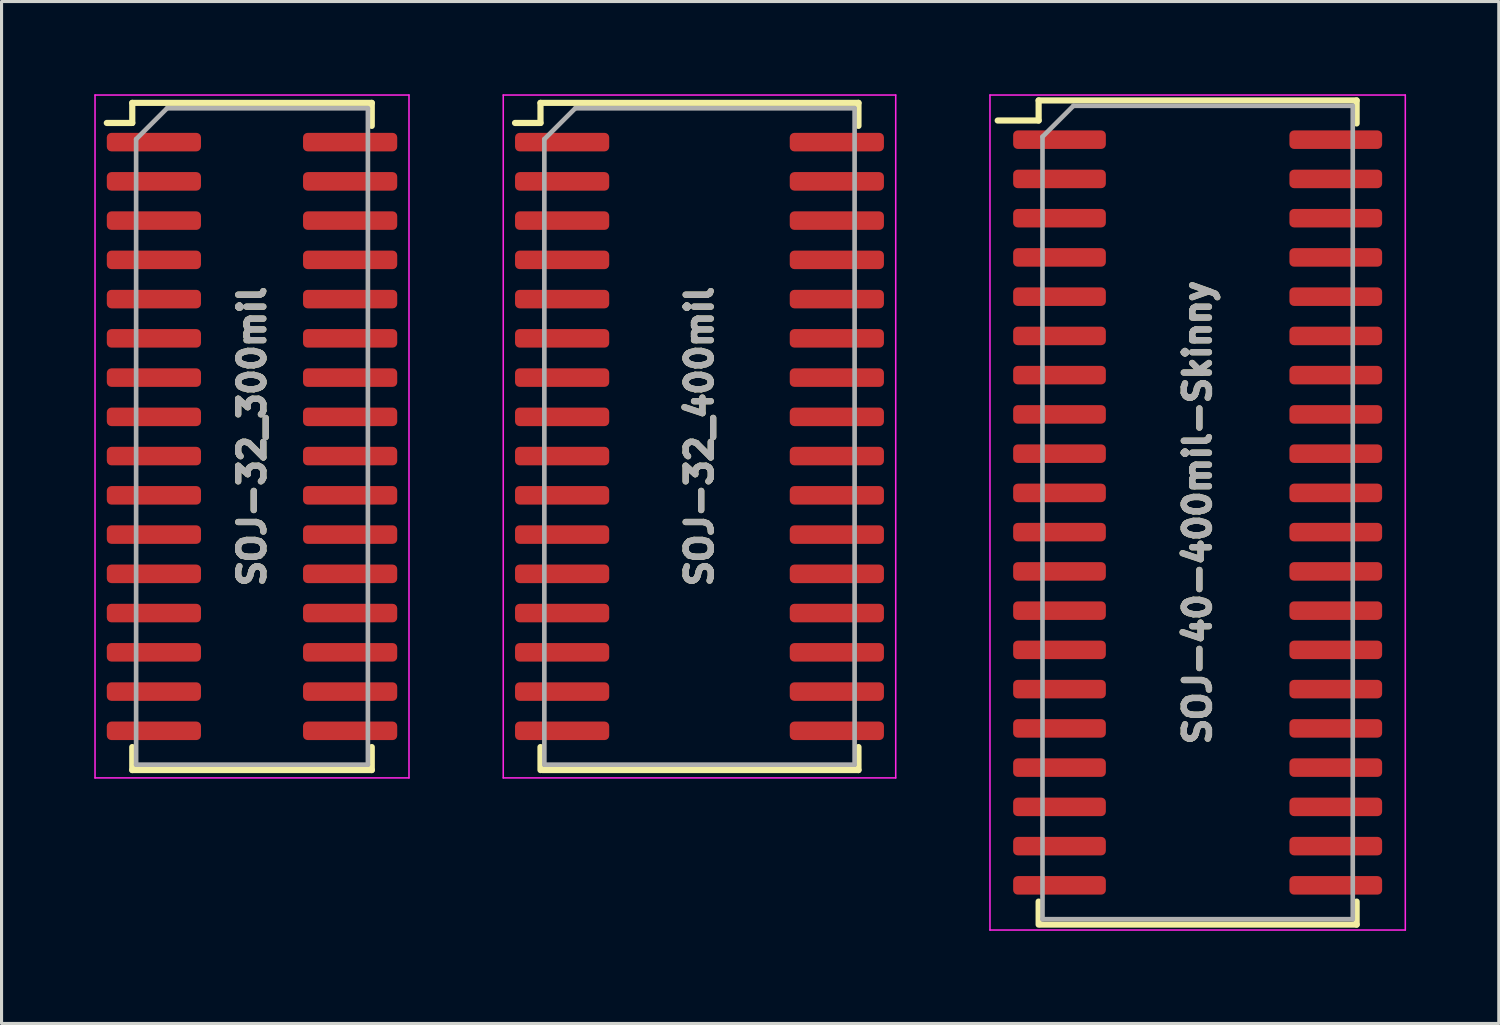
<source format=kicad_pcb>
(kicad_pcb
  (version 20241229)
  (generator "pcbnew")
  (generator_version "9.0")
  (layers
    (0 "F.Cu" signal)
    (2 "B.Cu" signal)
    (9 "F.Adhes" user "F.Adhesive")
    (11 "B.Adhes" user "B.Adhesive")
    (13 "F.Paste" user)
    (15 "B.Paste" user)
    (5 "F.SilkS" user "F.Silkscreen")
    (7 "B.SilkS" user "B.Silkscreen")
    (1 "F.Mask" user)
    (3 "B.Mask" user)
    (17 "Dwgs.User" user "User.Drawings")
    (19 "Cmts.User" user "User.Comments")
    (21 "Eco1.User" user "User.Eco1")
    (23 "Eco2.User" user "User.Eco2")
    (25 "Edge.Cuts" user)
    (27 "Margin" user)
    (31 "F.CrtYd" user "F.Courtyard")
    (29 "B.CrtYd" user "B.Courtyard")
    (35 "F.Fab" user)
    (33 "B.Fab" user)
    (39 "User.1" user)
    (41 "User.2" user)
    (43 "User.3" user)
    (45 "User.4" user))
  (footprint "SOJ-32_300mil"
    (layer "F.Cu")
    (at 5.105 11.074)
    (property "Reference" "SOJ-32_300mil" (at 0 0 90) (layer "F.Fab") (effects (font (size 0.813 0.813) (thickness 0.203))))
    (attr smd)
    (fp_line (start -3.875 -10.795) (end -3.875 -10.145) (stroke (width 0.2) (type solid)) (layer "F.SilkS"))
    (fp_line (start -3.875 -10.795) (end 3.875 -10.795) (stroke (width 0.2) (type solid)) (layer "F.SilkS"))
    (fp_line (start -3.875 -10.145) (end -4.699 -10.145) (stroke (width 0.2) (type solid)) (layer "F.SilkS"))
    (fp_line (start -3.875 10.795) (end -3.875 10.05) (stroke (width 0.2) (type solid)) (layer "F.SilkS"))
    (fp_line (start -3.875 10.795) (end 3.875 10.795) (stroke (width 0.2) (type solid)) (layer "F.SilkS"))
    (fp_line (start 3.875 -10.795) (end 3.875 -10.05) (stroke (width 0.2) (type solid)) (layer "F.SilkS"))
    (fp_line (start 3.875 10.795) (end 3.875 10.05) (stroke (width 0.2) (type solid)) (layer "F.SilkS"))
    (fp_line (start -5.08 -11.049) (end -5.08 11.049) (stroke (width 0.05) (type solid)) (layer "F.CrtYd"))
    (fp_line (start -5.08 -11.049) (end 5.08 -11.049) (stroke (width 0.05) (type solid)) (layer "F.CrtYd"))
    (fp_line (start -5.08 11.049) (end 5.08 11.049) (stroke (width 0.05) (type solid)) (layer "F.CrtYd"))
    (fp_line (start 5.08 -11.049) (end 5.08 11.049) (stroke (width 0.05) (type solid)) (layer "F.CrtYd"))
    (fp_line (start -3.75 -9.62) (end -3.75 10.62) (stroke (width 0.15) (type solid)) (layer "F.Fab"))
    (fp_line (start -3.75 -9.62) (end -2.75 -10.62) (stroke (width 0.15) (type solid)) (layer "F.Fab"))
    (fp_line (start -2.75 -10.62) (end 3.75 -10.62) (stroke (width 0.15) (type solid)) (layer "F.Fab"))
    (fp_line (start 3.75 -10.62) (end 3.75 10.62) (stroke (width 0.15) (type solid)) (layer "F.Fab"))
    (fp_line (start 3.75 10.62) (end -3.75 10.62) (stroke (width 0.15) (type solid)) (layer "F.Fab"))
    (fp_text user "${REFERENCE}" (at 0 0 90) (layer "F.SilkS") (effects (font (size 0.813 0.813) (thickness 0.203))))
    (pad "1" smd roundrect (at -3.175 -9.525) (size 3.048 0.6) (layers "F.Cu" "F.Mask" "F.Paste") (roundrect_rratio 0.25))
    (pad "2" smd roundrect (at -3.175 -8.255) (size 3.048 0.6) (layers "F.Cu" "F.Mask" "F.Paste") (roundrect_rratio 0.25))
    (pad "3" smd roundrect (at -3.175 -6.985) (size 3.048 0.6) (layers "F.Cu" "F.Mask" "F.Paste") (roundrect_rratio 0.25))
    (pad "4" smd roundrect (at -3.175 -5.715) (size 3.048 0.6) (layers "F.Cu" "F.Mask" "F.Paste") (roundrect_rratio 0.25))
    (pad "5" smd roundrect (at -3.175 -4.445) (size 3.048 0.6) (layers "F.Cu" "F.Mask" "F.Paste") (roundrect_rratio 0.25))
    (pad "6" smd roundrect (at -3.175 -3.175) (size 3.048 0.6) (layers "F.Cu" "F.Mask" "F.Paste") (roundrect_rratio 0.25))
    (pad "7" smd roundrect (at -3.175 -1.905) (size 3.048 0.6) (layers "F.Cu" "F.Mask" "F.Paste") (roundrect_rratio 0.25))
    (pad "8" smd roundrect (at -3.175 -0.635) (size 3.048 0.6) (layers "F.Cu" "F.Mask" "F.Paste") (roundrect_rratio 0.25))
    (pad "9" smd roundrect (at -3.175 0.635) (size 3.048 0.6) (layers "F.Cu" "F.Mask" "F.Paste") (roundrect_rratio 0.25))
    (pad "10" smd roundrect (at -3.175 1.905) (size 3.048 0.6) (layers "F.Cu" "F.Mask" "F.Paste") (roundrect_rratio 0.25))
    (pad "11" smd roundrect (at -3.175 3.175) (size 3.048 0.6) (layers "F.Cu" "F.Mask" "F.Paste") (roundrect_rratio 0.25))
    (pad "12" smd roundrect (at -3.175 4.445) (size 3.048 0.6) (layers "F.Cu" "F.Mask" "F.Paste") (roundrect_rratio 0.25))
    (pad "13" smd roundrect (at -3.175 5.715) (size 3.048 0.6) (layers "F.Cu" "F.Mask" "F.Paste") (roundrect_rratio 0.25))
    (pad "14" smd roundrect (at -3.175 6.985) (size 3.048 0.6) (layers "F.Cu" "F.Mask" "F.Paste") (roundrect_rratio 0.25))
    (pad "15" smd roundrect (at -3.175 8.255) (size 3.048 0.6) (layers "F.Cu" "F.Mask" "F.Paste") (roundrect_rratio 0.25))
    (pad "16" smd roundrect (at -3.175 9.525) (size 3.048 0.6) (layers "F.Cu" "F.Mask" "F.Paste") (roundrect_rratio 0.25))
    (pad "17" smd roundrect (at 3.175 9.525 180) (size 3.048 0.6) (layers "F.Cu" "F.Mask" "F.Paste") (roundrect_rratio 0.25))
    (pad "18" smd roundrect (at 3.175 8.255 180) (size 3.048 0.6) (layers "F.Cu" "F.Mask" "F.Paste") (roundrect_rratio 0.25))
    (pad "19" smd roundrect (at 3.175 6.985 180) (size 3.048 0.6) (layers "F.Cu" "F.Mask" "F.Paste") (roundrect_rratio 0.25))
    (pad "20" smd roundrect (at 3.175 5.715 180) (size 3.048 0.6) (layers "F.Cu" "F.Mask" "F.Paste") (roundrect_rratio 0.25))
    (pad "21" smd roundrect (at 3.175 4.445) (size 3.048 0.6) (layers "F.Cu" "F.Mask" "F.Paste") (roundrect_rratio 0.25))
    (pad "22" smd roundrect (at 3.175 3.175) (size 3.048 0.6) (layers "F.Cu" "F.Mask" "F.Paste") (roundrect_rratio 0.25))
    (pad "23" smd roundrect (at 3.175 1.905) (size 3.048 0.6) (layers "F.Cu" "F.Mask" "F.Paste") (roundrect_rratio 0.25))
    (pad "24" smd roundrect (at 3.175 0.635) (size 3.048 0.6) (layers "F.Cu" "F.Mask" "F.Paste") (roundrect_rratio 0.25))
    (pad "25" smd roundrect (at 3.175 -0.635) (size 3.048 0.6) (layers "F.Cu" "F.Mask" "F.Paste") (roundrect_rratio 0.25))
    (pad "26" smd roundrect (at 3.175 -1.905) (size 3.048 0.6) (layers "F.Cu" "F.Mask" "F.Paste") (roundrect_rratio 0.25))
    (pad "27" smd roundrect (at 3.175 -3.175) (size 3.048 0.6) (layers "F.Cu" "F.Mask" "F.Paste") (roundrect_rratio 0.25))
    (pad "28" smd roundrect (at 3.175 -4.445) (size 3.048 0.6) (layers "F.Cu" "F.Mask" "F.Paste") (roundrect_rratio 0.25))
    (pad "29" smd roundrect (at 3.175 -5.715) (size 3.048 0.6) (layers "F.Cu" "F.Mask" "F.Paste") (roundrect_rratio 0.25))
    (pad "30" smd roundrect (at 3.175 -6.985) (size 3.048 0.6) (layers "F.Cu" "F.Mask" "F.Paste") (roundrect_rratio 0.25))
    (pad "31" smd roundrect (at 3.175 -8.255) (size 3.048 0.6) (layers "F.Cu" "F.Mask" "F.Paste") (roundrect_rratio 0.25))
    (pad "32" smd roundrect (at 3.175 -9.525) (size 3.048 0.6) (layers "F.Cu" "F.Mask" "F.Paste") (roundrect_rratio 0.25)))
  (footprint "SOJ-40-400mil-Skinny"
    (layer "F.Cu")
    (at 35.705 13.535)
    (property "Reference" "SOJ-40-400mil-Skinny" (at 0 0 90) (layer "F.Fab") (effects (font (size 0.813 0.813) (thickness 0.203))))
    (attr smd)
    (fp_line (start -5.145 -13.335) (end -5.145 -12.685) (stroke (width 0.2) (type solid)) (layer "F.SilkS"))
    (fp_line (start -5.145 -13.335) (end 5.145 -13.335) (stroke (width 0.2) (type solid)) (layer "F.SilkS"))
    (fp_line (start -5.145 -12.685) (end -6.47 -12.685) (stroke (width 0.2) (type solid)) (layer "F.SilkS"))
    (fp_line (start -5.145 13.335) (end -5.145 12.59) (stroke (width 0.2) (type solid)) (layer "F.SilkS"))
    (fp_line (start -5.08 13.335) (end 5.145 13.335) (stroke (width 0.2) (type solid)) (layer "F.SilkS"))
    (fp_line (start 5.145 -13.335) (end 5.145 -12.59) (stroke (width 0.2) (type solid)) (layer "F.SilkS"))
    (fp_line (start 5.145 13.335) (end 5.145 12.59) (stroke (width 0.2) (type solid)) (layer "F.SilkS"))
    (fp_line (start -6.72 -13.51) (end -6.72 13.51) (stroke (width 0.05) (type solid)) (layer "F.CrtYd"))
    (fp_line (start -6.72 -13.51) (end 6.72 -13.51) (stroke (width 0.05) (type solid)) (layer "F.CrtYd"))
    (fp_line (start -6.72 13.51) (end 6.72 13.51) (stroke (width 0.05) (type solid)) (layer "F.CrtYd"))
    (fp_line (start 6.72 -13.51) (end 6.72 13.51) (stroke (width 0.05) (type solid)) (layer "F.CrtYd"))
    (fp_line (start -5.02 -12.16) (end -5.02 13.16) (stroke (width 0.15) (type solid)) (layer "F.Fab"))
    (fp_line (start -5.02 -12.16) (end -4.02 -13.16) (stroke (width 0.15) (type solid)) (layer "F.Fab"))
    (fp_line (start -4.02 -13.16) (end 5.02 -13.16) (stroke (width 0.15) (type solid)) (layer "F.Fab"))
    (fp_line (start 5.02 -13.16) (end 5.02 13.16) (stroke (width 0.15) (type solid)) (layer "F.Fab"))
    (fp_line (start 5.02 13.16) (end -5.02 13.16) (stroke (width 0.15) (type solid)) (layer "F.Fab"))
    (fp_text user "${REFERENCE}" (at 0 0 90) (layer "F.SilkS") (effects (font (size 0.813 0.813) (thickness 0.203))))
    (pad "1" smd roundrect (at -4.47 -12.065) (size 3 0.6) (layers "F.Cu" "F.Mask" "F.Paste") (roundrect_rratio 0.25))
    (pad "2" smd roundrect (at -4.47 -10.795) (size 3 0.6) (layers "F.Cu" "F.Mask" "F.Paste") (roundrect_rratio 0.25))
    (pad "3" smd roundrect (at -4.47 -9.525) (size 3 0.6) (layers "F.Cu" "F.Mask" "F.Paste") (roundrect_rratio 0.25))
    (pad "4" smd roundrect (at -4.47 -8.255) (size 3 0.6) (layers "F.Cu" "F.Mask" "F.Paste") (roundrect_rratio 0.25))
    (pad "5" smd roundrect (at -4.47 -6.985) (size 3 0.6) (layers "F.Cu" "F.Mask" "F.Paste") (roundrect_rratio 0.25))
    (pad "6" smd roundrect (at -4.47 -5.715) (size 3 0.6) (layers "F.Cu" "F.Mask" "F.Paste") (roundrect_rratio 0.25))
    (pad "7" smd roundrect (at -4.47 -4.445) (size 3 0.6) (layers "F.Cu" "F.Mask" "F.Paste") (roundrect_rratio 0.25))
    (pad "8" smd roundrect (at -4.47 -3.175) (size 3 0.6) (layers "F.Cu" "F.Mask" "F.Paste") (roundrect_rratio 0.25))
    (pad "9" smd roundrect (at -4.47 -1.905) (size 3 0.6) (layers "F.Cu" "F.Mask" "F.Paste") (roundrect_rratio 0.25))
    (pad "10" smd roundrect (at -4.47 -0.635) (size 3 0.6) (layers "F.Cu" "F.Mask" "F.Paste") (roundrect_rratio 0.25))
    (pad "11" smd roundrect (at -4.47 0.635) (size 3 0.6) (layers "F.Cu" "F.Mask" "F.Paste") (roundrect_rratio 0.25))
    (pad "12" smd roundrect (at -4.47 1.905) (size 3 0.6) (layers "F.Cu" "F.Mask" "F.Paste") (roundrect_rratio 0.25))
    (pad "13" smd roundrect (at -4.47 3.175) (size 3 0.6) (layers "F.Cu" "F.Mask" "F.Paste") (roundrect_rratio 0.25))
    (pad "14" smd roundrect (at -4.47 4.445) (size 3 0.6) (layers "F.Cu" "F.Mask" "F.Paste") (roundrect_rratio 0.25))
    (pad "15" smd roundrect (at -4.47 5.715) (size 3 0.6) (layers "F.Cu" "F.Mask" "F.Paste") (roundrect_rratio 0.25))
    (pad "16" smd roundrect (at -4.47 6.985) (size 3 0.6) (layers "F.Cu" "F.Mask" "F.Paste") (roundrect_rratio 0.25))
    (pad "17" smd roundrect (at -4.47 8.255) (size 3 0.6) (layers "F.Cu" "F.Mask" "F.Paste") (roundrect_rratio 0.25))
    (pad "18" smd roundrect (at -4.47 9.525) (size 3 0.6) (layers "F.Cu" "F.Mask" "F.Paste") (roundrect_rratio 0.25))
    (pad "19" smd roundrect (at -4.47 10.795) (size 3 0.6) (layers "F.Cu" "F.Mask" "F.Paste") (roundrect_rratio 0.25))
    (pad "20" smd roundrect (at -4.47 12.065) (size 3 0.6) (layers "F.Cu" "F.Mask" "F.Paste") (roundrect_rratio 0.25))
    (pad "21" smd roundrect (at 4.47 12.065) (size 3 0.6) (layers "F.Cu" "F.Mask" "F.Paste") (roundrect_rratio 0.25))
    (pad "22" smd roundrect (at 4.47 10.795) (size 3 0.6) (layers "F.Cu" "F.Mask" "F.Paste") (roundrect_rratio 0.25))
    (pad "23" smd roundrect (at 4.47 9.525) (size 3 0.6) (layers "F.Cu" "F.Mask" "F.Paste") (roundrect_rratio 0.25))
    (pad "24" smd roundrect (at 4.47 8.255) (size 3 0.6) (layers "F.Cu" "F.Mask" "F.Paste") (roundrect_rratio 0.25))
    (pad "25" smd roundrect (at 4.47 6.985) (size 3 0.6) (layers "F.Cu" "F.Mask" "F.Paste") (roundrect_rratio 0.25))
    (pad "26" smd roundrect (at 4.47 5.715) (size 3 0.6) (layers "F.Cu" "F.Mask" "F.Paste") (roundrect_rratio 0.25))
    (pad "27" smd roundrect (at 4.47 4.445) (size 3 0.6) (layers "F.Cu" "F.Mask" "F.Paste") (roundrect_rratio 0.25))
    (pad "28" smd roundrect (at 4.47 3.175) (size 3 0.6) (layers "F.Cu" "F.Mask" "F.Paste") (roundrect_rratio 0.25))
    (pad "29" smd roundrect (at 4.47 1.905) (size 3 0.6) (layers "F.Cu" "F.Mask" "F.Paste") (roundrect_rratio 0.25))
    (pad "30" smd roundrect (at 4.47 0.635) (size 3 0.6) (layers "F.Cu" "F.Mask" "F.Paste") (roundrect_rratio 0.25))
    (pad "31" smd roundrect (at 4.47 -0.635) (size 3 0.6) (layers "F.Cu" "F.Mask" "F.Paste") (roundrect_rratio 0.25))
    (pad "32" smd roundrect (at 4.47 -1.905) (size 3 0.6) (layers "F.Cu" "F.Mask" "F.Paste") (roundrect_rratio 0.25))
    (pad "33" smd roundrect (at 4.47 -3.175) (size 3 0.6) (layers "F.Cu" "F.Mask" "F.Paste") (roundrect_rratio 0.25))
    (pad "34" smd roundrect (at 4.47 -4.445) (size 3 0.6) (layers "F.Cu" "F.Mask" "F.Paste") (roundrect_rratio 0.25))
    (pad "35" smd roundrect (at 4.47 -5.715) (size 3 0.6) (layers "F.Cu" "F.Mask" "F.Paste") (roundrect_rratio 0.25))
    (pad "36" smd roundrect (at 4.47 -6.985) (size 3 0.6) (layers "F.Cu" "F.Mask" "F.Paste") (roundrect_rratio 0.25))
    (pad "37" smd roundrect (at 4.47 -8.255) (size 3 0.6) (layers "F.Cu" "F.Mask" "F.Paste") (roundrect_rratio 0.25))
    (pad "38" smd roundrect (at 4.47 -9.525) (size 3 0.6) (layers "F.Cu" "F.Mask" "F.Paste") (roundrect_rratio 0.25))
    (pad "39" smd roundrect (at 4.47 -10.795) (size 3 0.6) (layers "F.Cu" "F.Mask" "F.Paste") (roundrect_rratio 0.25))
    (pad "40" smd roundrect (at 4.47 -12.065) (size 3 0.6) (layers "F.Cu" "F.Mask" "F.Paste") (roundrect_rratio 0.25)))
  (footprint "SOJ-32_400mil"
    (layer "F.Cu")
    (at 19.585 11.074)
    (property "Reference" "SOJ-32_400mil" (at 0 0 90) (layer "F.Fab") (effects (font (size 0.813 0.813) (thickness 0.203))))
    (attr smd)
    (fp_line (start -5.145 -10.795) (end -5.145 -10.145) (stroke (width 0.2) (type solid)) (layer "F.SilkS"))
    (fp_line (start -5.145 -10.795) (end 5.145 -10.795) (stroke (width 0.2) (type solid)) (layer "F.SilkS"))
    (fp_line (start -5.145 -10.145) (end -5.969 -10.145) (stroke (width 0.2) (type solid)) (layer "F.SilkS"))
    (fp_line (start -5.145 10.795) (end -5.145 10.05) (stroke (width 0.2) (type solid)) (layer "F.SilkS"))
    (fp_line (start -5.08 10.795) (end 5.145 10.795) (stroke (width 0.2) (type solid)) (layer "F.SilkS"))
    (fp_line (start 5.145 -10.795) (end 5.145 -10.05) (stroke (width 0.2) (type solid)) (layer "F.SilkS"))
    (fp_line (start 5.145 10.795) (end 5.145 10.05) (stroke (width 0.2) (type solid)) (layer "F.SilkS"))
    (fp_line (start -6.35 -11.049) (end -6.35 11.049) (stroke (width 0.05) (type solid)) (layer "F.CrtYd"))
    (fp_line (start -6.35 -11.049) (end 6.35 -11.049) (stroke (width 0.05) (type solid)) (layer "F.CrtYd"))
    (fp_line (start -6.35 11.049) (end 6.35 11.049) (stroke (width 0.05) (type solid)) (layer "F.CrtYd"))
    (fp_line (start 6.35 -11.049) (end 6.35 11.049) (stroke (width 0.05) (type solid)) (layer "F.CrtYd"))
    (fp_line (start -5.02 -9.62) (end -5.02 10.62) (stroke (width 0.15) (type solid)) (layer "F.Fab"))
    (fp_line (start -5.02 -9.62) (end -4.02 -10.62) (stroke (width 0.15) (type solid)) (layer "F.Fab"))
    (fp_line (start -4.02 -10.62) (end 5.02 -10.62) (stroke (width 0.15) (type solid)) (layer "F.Fab"))
    (fp_line (start 5.02 -10.62) (end 5.02 10.62) (stroke (width 0.15) (type solid)) (layer "F.Fab"))
    (fp_line (start 5.02 10.62) (end -5.02 10.62) (stroke (width 0.15) (type solid)) (layer "F.Fab"))
    (fp_text user "${REFERENCE}" (at 0 0 90) (layer "F.SilkS") (effects (font (size 0.813 0.813) (thickness 0.203))))
    (pad "1" smd roundrect (at -4.445 -9.525) (size 3.048 0.6) (layers "F.Cu" "F.Mask" "F.Paste") (roundrect_rratio 0.25))
    (pad "2" smd roundrect (at -4.445 -8.255) (size 3.048 0.6) (layers "F.Cu" "F.Mask" "F.Paste") (roundrect_rratio 0.25))
    (pad "3" smd roundrect (at -4.445 -6.985) (size 3.048 0.6) (layers "F.Cu" "F.Mask" "F.Paste") (roundrect_rratio 0.25))
    (pad "4" smd roundrect (at -4.445 -5.715) (size 3.048 0.6) (layers "F.Cu" "F.Mask" "F.Paste") (roundrect_rratio 0.25))
    (pad "5" smd roundrect (at -4.445 -4.445) (size 3.048 0.6) (layers "F.Cu" "F.Mask" "F.Paste") (roundrect_rratio 0.25))
    (pad "6" smd roundrect (at -4.445 -3.175) (size 3.048 0.6) (layers "F.Cu" "F.Mask" "F.Paste") (roundrect_rratio 0.25))
    (pad "7" smd roundrect (at -4.445 -1.905) (size 3.048 0.6) (layers "F.Cu" "F.Mask" "F.Paste") (roundrect_rratio 0.25))
    (pad "8" smd roundrect (at -4.445 -0.635) (size 3.048 0.6) (layers "F.Cu" "F.Mask" "F.Paste") (roundrect_rratio 0.25))
    (pad "9" smd roundrect (at -4.445 0.635) (size 3.048 0.6) (layers "F.Cu" "F.Mask" "F.Paste") (roundrect_rratio 0.25))
    (pad "10" smd roundrect (at -4.445 1.905) (size 3.048 0.6) (layers "F.Cu" "F.Mask" "F.Paste") (roundrect_rratio 0.25))
    (pad "11" smd roundrect (at -4.445 3.175) (size 3.048 0.6) (layers "F.Cu" "F.Mask" "F.Paste") (roundrect_rratio 0.25))
    (pad "12" smd roundrect (at -4.445 4.445) (size 3.048 0.6) (layers "F.Cu" "F.Mask" "F.Paste") (roundrect_rratio 0.25))
    (pad "13" smd roundrect (at -4.445 5.715) (size 3.048 0.6) (layers "F.Cu" "F.Mask" "F.Paste") (roundrect_rratio 0.25))
    (pad "14" smd roundrect (at -4.445 6.985) (size 3.048 0.6) (layers "F.Cu" "F.Mask" "F.Paste") (roundrect_rratio 0.25))
    (pad "15" smd roundrect (at -4.445 8.255) (size 3.048 0.6) (layers "F.Cu" "F.Mask" "F.Paste") (roundrect_rratio 0.25))
    (pad "16" smd roundrect (at -4.445 9.525) (size 3.048 0.6) (layers "F.Cu" "F.Mask" "F.Paste") (roundrect_rratio 0.25))
    (pad "17" smd roundrect (at 4.445 9.525 180) (size 3.048 0.6) (layers "F.Cu" "F.Mask" "F.Paste") (roundrect_rratio 0.25))
    (pad "18" smd roundrect (at 4.445 8.255 180) (size 3.048 0.6) (layers "F.Cu" "F.Mask" "F.Paste") (roundrect_rratio 0.25))
    (pad "19" smd roundrect (at 4.445 6.985 180) (size 3.048 0.6) (layers "F.Cu" "F.Mask" "F.Paste") (roundrect_rratio 0.25))
    (pad "20" smd roundrect (at 4.445 5.715 180) (size 3.048 0.6) (layers "F.Cu" "F.Mask" "F.Paste") (roundrect_rratio 0.25))
    (pad "21" smd roundrect (at 4.445 4.445) (size 3.048 0.6) (layers "F.Cu" "F.Mask" "F.Paste") (roundrect_rratio 0.25))
    (pad "22" smd roundrect (at 4.445 3.175) (size 3.048 0.6) (layers "F.Cu" "F.Mask" "F.Paste") (roundrect_rratio 0.25))
    (pad "23" smd roundrect (at 4.445 1.905) (size 3.048 0.6) (layers "F.Cu" "F.Mask" "F.Paste") (roundrect_rratio 0.25))
    (pad "24" smd roundrect (at 4.445 0.635) (size 3.048 0.6) (layers "F.Cu" "F.Mask" "F.Paste") (roundrect_rratio 0.25))
    (pad "25" smd roundrect (at 4.445 -0.635) (size 3.048 0.6) (layers "F.Cu" "F.Mask" "F.Paste") (roundrect_rratio 0.25))
    (pad "26" smd roundrect (at 4.445 -1.905) (size 3.048 0.6) (layers "F.Cu" "F.Mask" "F.Paste") (roundrect_rratio 0.25))
    (pad "27" smd roundrect (at 4.445 -3.175) (size 3.048 0.6) (layers "F.Cu" "F.Mask" "F.Paste") (roundrect_rratio 0.25))
    (pad "28" smd roundrect (at 4.445 -4.445) (size 3.048 0.6) (layers "F.Cu" "F.Mask" "F.Paste") (roundrect_rratio 0.25))
    (pad "29" smd roundrect (at 4.445 -5.715) (size 3.048 0.6) (layers "F.Cu" "F.Mask" "F.Paste") (roundrect_rratio 0.25))
    (pad "30" smd roundrect (at 4.445 -6.985) (size 3.048 0.6) (layers "F.Cu" "F.Mask" "F.Paste") (roundrect_rratio 0.25))
    (pad "31" smd roundrect (at 4.445 -8.255) (size 3.048 0.6) (layers "F.Cu" "F.Mask" "F.Paste") (roundrect_rratio 0.25))
    (pad "32" smd roundrect (at 4.445 -9.525) (size 3.048 0.6) (layers "F.Cu" "F.Mask" "F.Paste") (roundrect_rratio 0.25)))
  (gr_rect
    (start -3 -3)
    (end 45.45 30.07)
    (stroke (width 0.1) (type default))
    (fill no)
    (layer "Edge.Cuts")))
</source>
